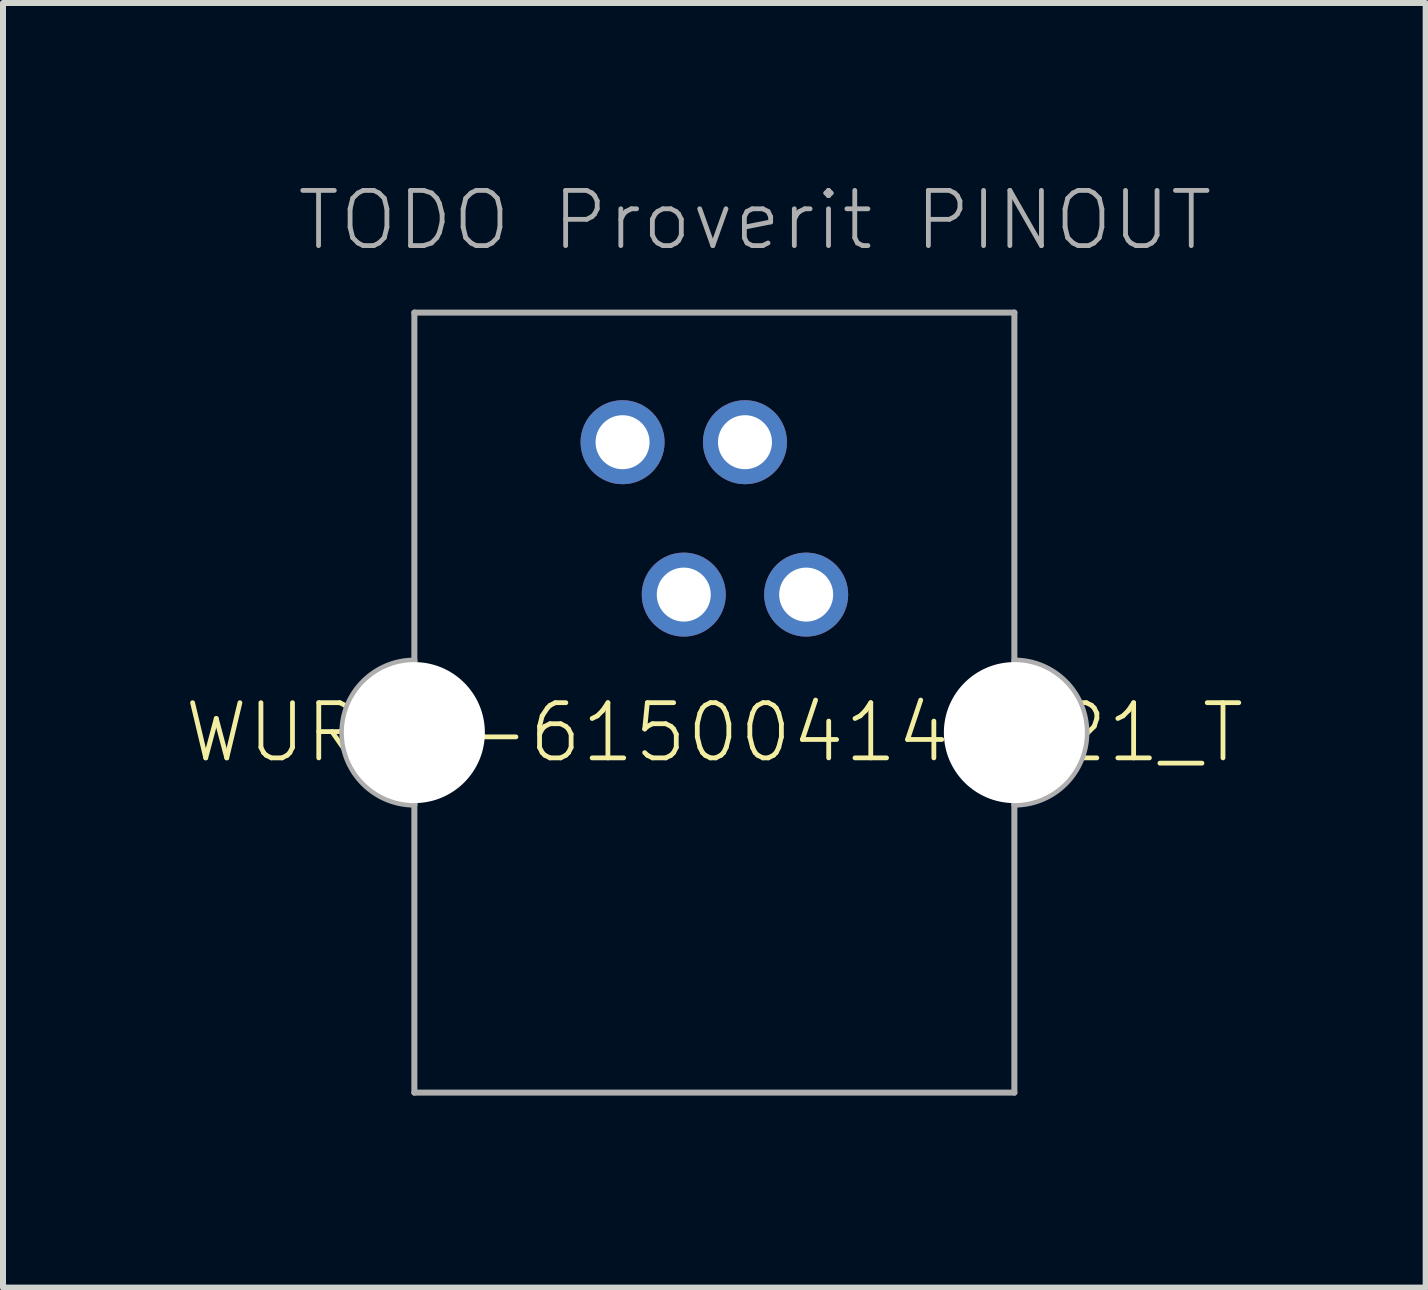
<source format=kicad_pcb>
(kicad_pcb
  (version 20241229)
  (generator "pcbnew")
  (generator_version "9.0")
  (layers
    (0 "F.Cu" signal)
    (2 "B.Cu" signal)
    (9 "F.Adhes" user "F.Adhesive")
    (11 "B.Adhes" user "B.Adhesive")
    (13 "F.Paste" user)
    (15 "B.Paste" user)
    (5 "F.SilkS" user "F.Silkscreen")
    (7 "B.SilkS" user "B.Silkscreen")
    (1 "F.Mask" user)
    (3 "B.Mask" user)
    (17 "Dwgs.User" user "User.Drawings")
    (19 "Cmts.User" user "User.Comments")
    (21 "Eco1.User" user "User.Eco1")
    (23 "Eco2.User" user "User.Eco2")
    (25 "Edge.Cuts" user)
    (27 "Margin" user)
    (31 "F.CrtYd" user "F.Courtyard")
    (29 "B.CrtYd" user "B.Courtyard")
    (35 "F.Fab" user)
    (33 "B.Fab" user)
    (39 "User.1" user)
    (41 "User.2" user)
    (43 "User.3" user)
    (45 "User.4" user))
  (footprint "WURTH-615004143821_T"
    (layer "F.Cu")
    (at 8.856 15.16)
    (property "Reference" "WURTH-615004143821_T" (at 0 -6 0) (unlocked yes) (layer "F.SilkS") (effects (font (size 0.92 0.92) (thickness 0.08))))
    (fp_line (start -5 -13) (end -5 -7.2) (stroke (width 0.1) (type solid)) (layer "F.Fab"))
    (fp_line (start -5 -7.2) (end -5 -4.8) (stroke (width 0.1) (type solid)) (layer "F.Fab"))
    (fp_line (start -5 -4.8) (end -5 0) (stroke (width 0.1) (type solid)) (layer "F.Fab"))
    (fp_line (start -5 0) (end 5 0) (stroke (width 0.1) (type solid)) (layer "F.Fab"))
    (fp_line (start 5 -13) (end -5 -13) (stroke (width 0.1) (type solid)) (layer "F.Fab"))
    (fp_line (start 5 0) (end 5 -13) (stroke (width 0.1) (type solid)) (layer "F.Fab"))
    (fp_arc (start -6.2 -6) (mid -5.848528 -6.848528) (end -5 -7.2) (stroke (width 0.1) (type solid)) (layer "F.Fab"))
    (fp_arc (start -5 -4.8) (mid -5.848528 -5.151472) (end -6.2 -6) (stroke (width 0.1) (type solid)) (layer "F.Fab"))
    (fp_arc (start 5 -7.2) (mid 5.848528 -6.848528) (end 6.2 -6) (stroke (width 0.1) (type solid)) (layer "F.Fab"))
    (fp_arc (start 6.2 -6) (mid 5.848528 -5.151472) (end 5 -4.8) (stroke (width 0.1) (type solid)) (layer "F.Fab"))
    (fp_text user "TODO Proverit PINOUT" (at -7 -14 0) (layer "F.Fab") (effects (font (size 0.92 0.92) (thickness 0.08)) (justify left bottom)))
    (pad "" np_thru_hole circle (at -5 -6) (size 2.35 2.35) (drill 2.35) (layers "*.Cu" "*.Mask"))
    (pad "" np_thru_hole circle (at 5 -6) (size 2.35 2.35) (drill 2.35) (layers "*.Cu" "*.Mask"))
    (pad "1" thru_hole circle (at -1.53 -10.84) (size 1.4 1.4) (drill 0.9) (layers "*.Cu" "*.Mask"))
    (pad "2" thru_hole circle (at -0.51 -8.3) (size 1.4 1.4) (drill 0.9) (layers "*.Cu" "*.Mask"))
    (pad "3" thru_hole circle (at 0.51 -10.84) (size 1.4 1.4) (drill 0.9) (layers "*.Cu" "*.Mask"))
    (pad "4" thru_hole circle (at 1.53 -8.3) (size 1.4 1.4) (drill 0.9) (layers "*.Cu" "*.Mask")))
  (gr_rect
    (start -3 -3)
    (end 20.711 18.41)
    (stroke (width 0.1) (type default))
    (fill no)
    (layer "Edge.Cuts")))
</source>
